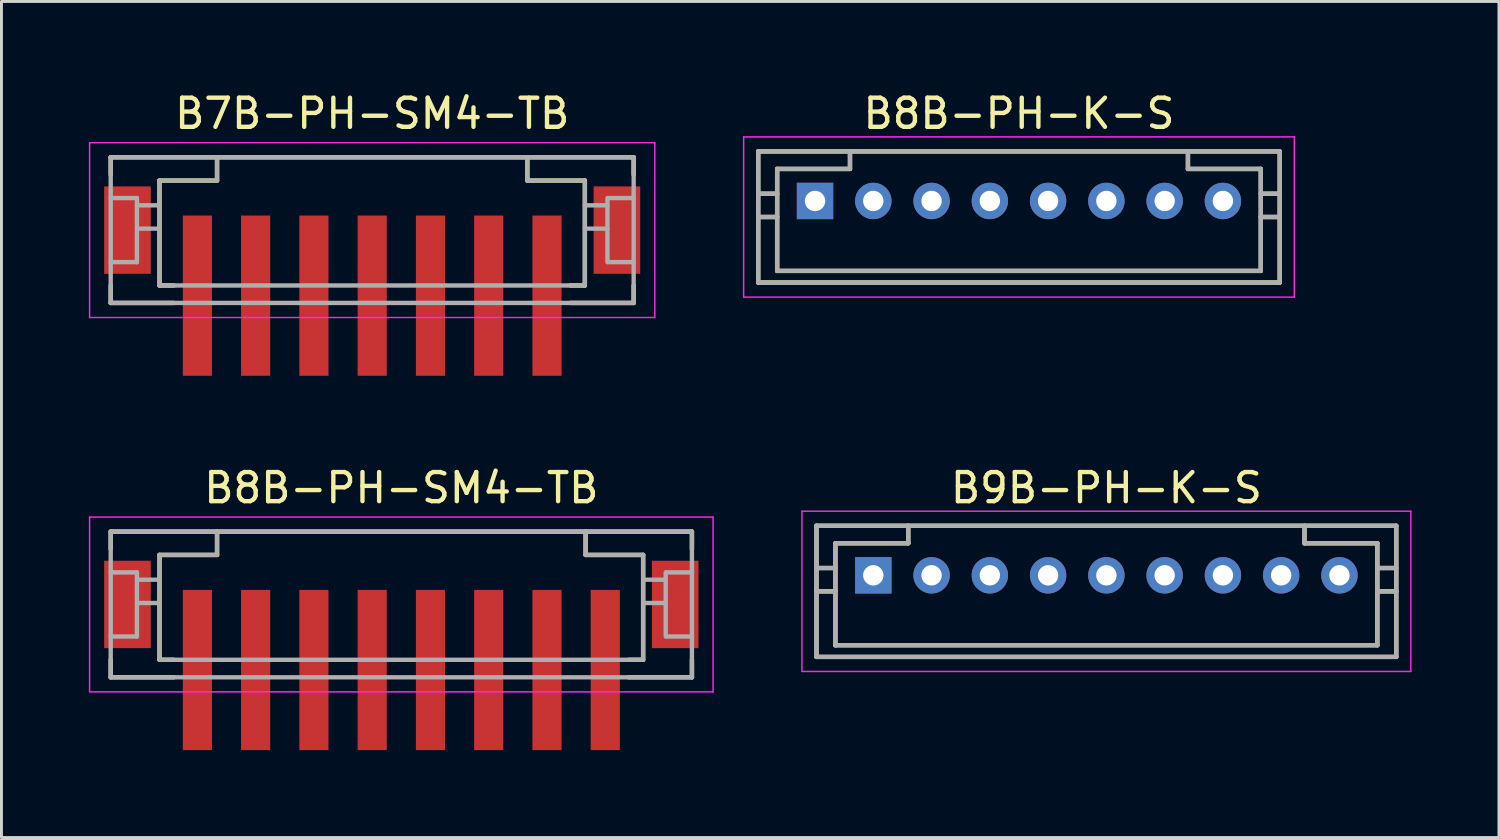
<source format=kicad_pcb>
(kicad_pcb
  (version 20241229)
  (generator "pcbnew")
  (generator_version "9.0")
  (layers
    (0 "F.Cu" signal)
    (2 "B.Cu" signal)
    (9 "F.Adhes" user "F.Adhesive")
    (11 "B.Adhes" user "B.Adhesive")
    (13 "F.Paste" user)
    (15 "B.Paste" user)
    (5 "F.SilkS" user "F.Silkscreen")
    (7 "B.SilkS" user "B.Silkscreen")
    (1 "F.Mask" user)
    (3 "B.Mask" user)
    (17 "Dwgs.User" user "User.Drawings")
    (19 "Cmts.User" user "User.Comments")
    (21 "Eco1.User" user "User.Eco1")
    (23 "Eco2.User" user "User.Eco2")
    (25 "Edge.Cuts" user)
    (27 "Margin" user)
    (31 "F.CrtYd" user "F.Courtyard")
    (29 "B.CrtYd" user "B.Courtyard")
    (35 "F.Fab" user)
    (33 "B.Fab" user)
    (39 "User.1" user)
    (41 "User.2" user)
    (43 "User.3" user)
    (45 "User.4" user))
  (footprint "B9B-PH-K-S"
    (layer "F.Cu")
    (at 34.925 16.697)
    (property "Reference" "B9B-PH-K-S" (at 0 -3 0) (layer "F.SilkS") (effects (font (size 1 1) (thickness 0.15))))
    (attr smd)
    (fp_line (start -9.95 -1.7) (end -9.95 2.8) (stroke (width 0.15) (type solid)) (layer "F.SilkS"))
    (fp_line (start -9.95 -1.7) (end 9.95 -1.7) (stroke (width 0.15) (type solid)) (layer "F.SilkS"))
    (fp_line (start -9.95 -0.25) (end -9.3 -0.25) (stroke (width 0.15) (type solid)) (layer "F.SilkS"))
    (fp_line (start -9.95 0.55) (end -9.3 0.55) (stroke (width 0.15) (type solid)) (layer "F.SilkS"))
    (fp_line (start -9.95 2.8) (end 9.95 2.8) (stroke (width 0.15) (type solid)) (layer "F.SilkS"))
    (fp_line (start -9.3 -1.1) (end -9.3 2.4) (stroke (width 0.15) (type solid)) (layer "F.SilkS"))
    (fp_line (start -9.3 -1.1) (end -6.8 -1.1) (stroke (width 0.15) (type solid)) (layer "F.SilkS"))
    (fp_line (start -9.3 2.4) (end 9.3 2.4) (stroke (width 0.15) (type solid)) (layer "F.SilkS"))
    (fp_line (start -6.8 -1.7) (end -6.8 -1.1) (stroke (width 0.15) (type solid)) (layer "F.SilkS"))
    (fp_line (start 6.8 -1.7) (end 6.8 -1.1) (stroke (width 0.15) (type solid)) (layer "F.SilkS"))
    (fp_line (start 6.8 -1.1) (end 9.3 -1.1) (stroke (width 0.15) (type solid)) (layer "F.SilkS"))
    (fp_line (start 9.3 -1.1) (end 9.3 2.4) (stroke (width 0.15) (type solid)) (layer "F.SilkS"))
    (fp_line (start 9.3 -0.25) (end 9.95 -0.25) (stroke (width 0.15) (type solid)) (layer "F.SilkS"))
    (fp_line (start 9.3 0.55) (end 9.95 0.55) (stroke (width 0.15) (type solid)) (layer "F.SilkS"))
    (fp_line (start 9.95 -1.7) (end 9.95 2.8) (stroke (width 0.15) (type solid)) (layer "F.SilkS"))
    (fp_line (start -10.45 -2.2) (end -10.45 3.3) (stroke (width 0.05) (type solid)) (layer "F.CrtYd"))
    (fp_line (start -10.45 -2.2) (end 10.45 -2.2) (stroke (width 0.05) (type solid)) (layer "F.CrtYd"))
    (fp_line (start -10.45 3.3) (end 10.45 3.3) (stroke (width 0.05) (type solid)) (layer "F.CrtYd"))
    (fp_line (start 10.45 -2.2) (end 10.45 3.3) (stroke (width 0.05) (type solid)) (layer "F.CrtYd"))
    (fp_line (start -9.95 -1.7) (end -9.95 2.8) (stroke (width 0.15) (type solid)) (layer "F.Fab"))
    (fp_line (start -9.95 -1.7) (end 9.95 -1.7) (stroke (width 0.15) (type solid)) (layer "F.Fab"))
    (fp_line (start -9.95 -0.25) (end -9.3 -0.25) (stroke (width 0.15) (type solid)) (layer "F.Fab"))
    (fp_line (start -9.95 0.55) (end -9.3 0.55) (stroke (width 0.15) (type solid)) (layer "F.Fab"))
    (fp_line (start -9.95 2.8) (end 9.95 2.8) (stroke (width 0.15) (type solid)) (layer "F.Fab"))
    (fp_line (start -9.3 -1.1) (end -9.3 2.4) (stroke (width 0.15) (type solid)) (layer "F.Fab"))
    (fp_line (start -9.3 -1.1) (end -6.8 -1.1) (stroke (width 0.15) (type solid)) (layer "F.Fab"))
    (fp_line (start -9.3 2.4) (end 9.3 2.4) (stroke (width 0.15) (type solid)) (layer "F.Fab"))
    (fp_line (start -6.8 -1.7) (end -6.8 -1.1) (stroke (width 0.15) (type solid)) (layer "F.Fab"))
    (fp_line (start 6.8 -1.7) (end 6.8 -1.1) (stroke (width 0.15) (type solid)) (layer "F.Fab"))
    (fp_line (start 6.8 -1.1) (end 9.3 -1.1) (stroke (width 0.15) (type solid)) (layer "F.Fab"))
    (fp_line (start 9.3 -1.1) (end 9.3 2.4) (stroke (width 0.15) (type solid)) (layer "F.Fab"))
    (fp_line (start 9.3 -0.25) (end 9.95 -0.25) (stroke (width 0.15) (type solid)) (layer "F.Fab"))
    (fp_line (start 9.3 0.55) (end 9.95 0.55) (stroke (width 0.15) (type solid)) (layer "F.Fab"))
    (fp_line (start 9.95 -1.7) (end 9.95 2.8) (stroke (width 0.15) (type solid)) (layer "F.Fab"))
    (pad "1" thru_hole rect (at -8 0) (size 1.25 1.25) (drill 0.7) (layers "*.Cu" "*.Mask"))
    (pad "2" thru_hole circle (at -6 0) (size 1.25 1.25) (drill 0.7) (layers "*.Cu" "*.Mask"))
    (pad "3" thru_hole circle (at -4 0) (size 1.25 1.25) (drill 0.7) (layers "*.Cu" "*.Mask"))
    (pad "4" thru_hole circle (at -2 0) (size 1.25 1.25) (drill 0.7) (layers "*.Cu" "*.Mask"))
    (pad "5" thru_hole circle (at 0 0) (size 1.25 1.25) (drill 0.7) (layers "*.Cu" "*.Mask"))
    (pad "6" thru_hole circle (at 2 0) (size 1.25 1.25) (drill 0.7) (layers "*.Cu" "*.Mask"))
    (pad "7" thru_hole circle (at 4 0) (size 1.25 1.25) (drill 0.7) (layers "*.Cu" "*.Mask"))
    (pad "8" thru_hole circle (at 6 0) (size 1.25 1.25) (drill 0.7) (layers "*.Cu" "*.Mask"))
    (pad "9" thru_hole circle (at 8 0) (size 1.25 1.25) (drill 0.7) (layers "*.Cu" "*.Mask")))
  (footprint "B7B-PH-SM4-TB"
    (layer "F.Cu")
    (at 9.725 4.348)
    (property "Reference" "B7B-PH-SM4-TB" (at 0 -3.5 0) (layer "F.SilkS") (effects (font (size 1 1) (thickness 0.15))))
    (attr smd)
    (fp_line (start -8.975 -2) (end -8.975 -1.4) (stroke (width 0.15) (type solid)) (layer "F.SilkS"))
    (fp_line (start -8.975 -2) (end 8.975 -2) (stroke (width 0.15) (type solid)) (layer "F.SilkS"))
    (fp_line (start -8.975 2.4) (end -8.975 3) (stroke (width 0.15) (type solid)) (layer "F.SilkS"))
    (fp_line (start -8.975 3) (end -6.8 3) (stroke (width 0.15) (type solid)) (layer "F.SilkS"))
    (fp_line (start -7.3 -1.2) (end -7.3 2.4) (stroke (width 0.15) (type solid)) (layer "F.SilkS"))
    (fp_line (start -7.3 -1.2) (end -5.325 -1.2) (stroke (width 0.15) (type solid)) (layer "F.SilkS"))
    (fp_line (start -7.3 2.4) (end -6.8 2.4) (stroke (width 0.15) (type solid)) (layer "F.SilkS"))
    (fp_line (start -5.325 -2) (end -5.325 -1.2) (stroke (width 0.15) (type solid)) (layer "F.SilkS"))
    (fp_line (start 5.325 -2) (end 5.325 -1.2) (stroke (width 0.15) (type solid)) (layer "F.SilkS"))
    (fp_line (start 5.325 -1.2) (end 7.3 -1.2) (stroke (width 0.15) (type solid)) (layer "F.SilkS"))
    (fp_line (start 6.8 2.4) (end 7.3 2.4) (stroke (width 0.15) (type solid)) (layer "F.SilkS"))
    (fp_line (start 6.8 3) (end 8.975 3) (stroke (width 0.15) (type solid)) (layer "F.SilkS"))
    (fp_line (start 7.3 -1.2) (end 7.3 2.4) (stroke (width 0.15) (type solid)) (layer "F.SilkS"))
    (fp_line (start 8.975 -2) (end 8.975 -1.4) (stroke (width 0.15) (type solid)) (layer "F.SilkS"))
    (fp_line (start 8.975 2.4) (end 8.975 3) (stroke (width 0.15) (type solid)) (layer "F.SilkS"))
    (fp_line (start -9.7 -2.5) (end -9.7 3.5) (stroke (width 0.05) (type solid)) (layer "F.CrtYd"))
    (fp_line (start -9.7 -2.5) (end 9.7 -2.5) (stroke (width 0.05) (type solid)) (layer "F.CrtYd"))
    (fp_line (start -9.7 3.5) (end 9.7 3.5) (stroke (width 0.05) (type solid)) (layer "F.CrtYd"))
    (fp_line (start 9.7 -2.5) (end 9.7 3.5) (stroke (width 0.05) (type solid)) (layer "F.CrtYd"))
    (fp_line (start -8.975 -2) (end -8.975 3) (stroke (width 0.15) (type solid)) (layer "F.Fab"))
    (fp_line (start -8.975 -2) (end 8.975 -2) (stroke (width 0.15) (type solid)) (layer "F.Fab"))
    (fp_line (start -8.975 -0.6) (end -8.075 -0.6) (stroke (width 0.15) (type solid)) (layer "F.Fab"))
    (fp_line (start -8.975 1.6) (end -8.075 1.6) (stroke (width 0.15) (type solid)) (layer "F.Fab"))
    (fp_line (start -8.975 3) (end 8.975 3) (stroke (width 0.15) (type solid)) (layer "F.Fab"))
    (fp_line (start -8.075 -0.6) (end -8.075 1.6) (stroke (width 0.15) (type solid)) (layer "F.Fab"))
    (fp_line (start -8.075 -0.35) (end -7.3 -0.35) (stroke (width 0.15) (type solid)) (layer "F.Fab"))
    (fp_line (start -8.075 0.45) (end -7.3 0.45) (stroke (width 0.15) (type solid)) (layer "F.Fab"))
    (fp_line (start -7.3 -1.2) (end -7.3 2.4) (stroke (width 0.15) (type solid)) (layer "F.Fab"))
    (fp_line (start -7.3 -1.2) (end -5.325 -1.2) (stroke (width 0.15) (type solid)) (layer "F.Fab"))
    (fp_line (start -7.3 2.4) (end 7.3 2.4) (stroke (width 0.15) (type solid)) (layer "F.Fab"))
    (fp_line (start -5.325 -2) (end -5.325 -1.2) (stroke (width 0.15) (type solid)) (layer "F.Fab"))
    (fp_line (start 5.325 -2) (end 5.325 -1.2) (stroke (width 0.15) (type solid)) (layer "F.Fab"))
    (fp_line (start 5.325 -1.2) (end 7.3 -1.2) (stroke (width 0.15) (type solid)) (layer "F.Fab"))
    (fp_line (start 7.3 -1.2) (end 7.3 2.4) (stroke (width 0.15) (type solid)) (layer "F.Fab"))
    (fp_line (start 7.3 -0.35) (end 8.075 -0.35) (stroke (width 0.15) (type solid)) (layer "F.Fab"))
    (fp_line (start 7.3 0.45) (end 8.075 0.45) (stroke (width 0.15) (type solid)) (layer "F.Fab"))
    (fp_line (start 8.075 -0.6) (end 8.075 1.6) (stroke (width 0.15) (type solid)) (layer "F.Fab"))
    (fp_line (start 8.1 -0.6) (end 8.975 -0.6) (stroke (width 0.15) (type solid)) (layer "F.Fab"))
    (fp_line (start 8.1 1.6) (end 8.975 1.6) (stroke (width 0.15) (type solid)) (layer "F.Fab"))
    (fp_line (start 8.975 -2) (end 8.975 3) (stroke (width 0.15) (type solid)) (layer "F.Fab"))
    (pad "1" smd rect (at -6 2.75) (size 1 5.5) (layers "F.Cu" "F.Mask" "F.Paste"))
    (pad "2" smd rect (at -4 2.75) (size 1 5.5) (layers "F.Cu" "F.Mask" "F.Paste"))
    (pad "3" smd rect (at -2 2.75) (size 1 5.5) (layers "F.Cu" "F.Mask" "F.Paste"))
    (pad "4" smd rect (at 0 2.75) (size 1 5.5) (layers "F.Cu" "F.Mask" "F.Paste"))
    (pad "5" smd rect (at 2 2.75) (size 1 5.5) (layers "F.Cu" "F.Mask" "F.Paste"))
    (pad "6" smd rect (at 4 2.75) (size 1 5.5) (layers "F.Cu" "F.Mask" "F.Paste"))
    (pad "7" smd rect (at 6 2.75) (size 1 5.5) (layers "F.Cu" "F.Mask" "F.Paste"))
    (pad "S" smd rect (at -8.4 0.5) (size 1.6 3) (layers "F.Cu" "F.Mask" "F.Paste"))
    (pad "S" smd rect (at 8.4 0.5) (size 1.6 3) (layers "F.Cu" "F.Mask" "F.Paste")))
  (footprint "B8B-PH-K-S"
    (layer "F.Cu")
    (at 31.925 3.848)
    (property "Reference" "B8B-PH-K-S" (at 0 -3 0) (layer "F.SilkS") (effects (font (size 1 1) (thickness 0.15))))
    (attr smd)
    (fp_line (start -8.95 -1.7) (end -8.95 2.8) (stroke (width 0.15) (type solid)) (layer "F.SilkS"))
    (fp_line (start -8.95 -1.7) (end 8.95 -1.7) (stroke (width 0.15) (type solid)) (layer "F.SilkS"))
    (fp_line (start -8.95 -0.25) (end -8.3 -0.25) (stroke (width 0.15) (type solid)) (layer "F.SilkS"))
    (fp_line (start -8.95 0.55) (end -8.3 0.55) (stroke (width 0.15) (type solid)) (layer "F.SilkS"))
    (fp_line (start -8.95 2.8) (end 8.95 2.8) (stroke (width 0.15) (type solid)) (layer "F.SilkS"))
    (fp_line (start -8.3 -1.1) (end -8.3 2.4) (stroke (width 0.15) (type solid)) (layer "F.SilkS"))
    (fp_line (start -8.3 -1.1) (end -5.8 -1.1) (stroke (width 0.15) (type solid)) (layer "F.SilkS"))
    (fp_line (start -8.3 2.4) (end 8.3 2.4) (stroke (width 0.15) (type solid)) (layer "F.SilkS"))
    (fp_line (start -5.8 -1.7) (end -5.8 -1.1) (stroke (width 0.15) (type solid)) (layer "F.SilkS"))
    (fp_line (start 5.8 -1.7) (end 5.8 -1.1) (stroke (width 0.15) (type solid)) (layer "F.SilkS"))
    (fp_line (start 5.8 -1.1) (end 8.3 -1.1) (stroke (width 0.15) (type solid)) (layer "F.SilkS"))
    (fp_line (start 8.3 -1.1) (end 8.3 2.4) (stroke (width 0.15) (type solid)) (layer "F.SilkS"))
    (fp_line (start 8.3 -0.25) (end 8.95 -0.25) (stroke (width 0.15) (type solid)) (layer "F.SilkS"))
    (fp_line (start 8.3 0.55) (end 8.95 0.55) (stroke (width 0.15) (type solid)) (layer "F.SilkS"))
    (fp_line (start 8.95 -1.7) (end 8.95 2.8) (stroke (width 0.15) (type solid)) (layer "F.SilkS"))
    (fp_line (start -9.45 -2.2) (end -9.45 3.3) (stroke (width 0.05) (type solid)) (layer "F.CrtYd"))
    (fp_line (start -9.45 -2.2) (end 9.45 -2.2) (stroke (width 0.05) (type solid)) (layer "F.CrtYd"))
    (fp_line (start -9.45 3.3) (end 9.45 3.3) (stroke (width 0.05) (type solid)) (layer "F.CrtYd"))
    (fp_line (start 9.45 -2.2) (end 9.45 3.3) (stroke (width 0.05) (type solid)) (layer "F.CrtYd"))
    (fp_line (start -8.95 -1.7) (end -8.95 2.8) (stroke (width 0.15) (type solid)) (layer "F.Fab"))
    (fp_line (start -8.95 -1.7) (end 8.95 -1.7) (stroke (width 0.15) (type solid)) (layer "F.Fab"))
    (fp_line (start -8.95 -0.25) (end -8.3 -0.25) (stroke (width 0.15) (type solid)) (layer "F.Fab"))
    (fp_line (start -8.95 0.55) (end -8.3 0.55) (stroke (width 0.15) (type solid)) (layer "F.Fab"))
    (fp_line (start -8.95 2.8) (end 8.95 2.8) (stroke (width 0.15) (type solid)) (layer "F.Fab"))
    (fp_line (start -8.3 -1.1) (end -8.3 2.4) (stroke (width 0.15) (type solid)) (layer "F.Fab"))
    (fp_line (start -8.3 -1.1) (end -5.8 -1.1) (stroke (width 0.15) (type solid)) (layer "F.Fab"))
    (fp_line (start -8.3 2.4) (end 8.3 2.4) (stroke (width 0.15) (type solid)) (layer "F.Fab"))
    (fp_line (start -5.8 -1.7) (end -5.8 -1.1) (stroke (width 0.15) (type solid)) (layer "F.Fab"))
    (fp_line (start 5.8 -1.7) (end 5.8 -1.1) (stroke (width 0.15) (type solid)) (layer "F.Fab"))
    (fp_line (start 5.8 -1.1) (end 8.3 -1.1) (stroke (width 0.15) (type solid)) (layer "F.Fab"))
    (fp_line (start 8.3 -1.1) (end 8.3 2.4) (stroke (width 0.15) (type solid)) (layer "F.Fab"))
    (fp_line (start 8.3 -0.25) (end 8.95 -0.25) (stroke (width 0.15) (type solid)) (layer "F.Fab"))
    (fp_line (start 8.3 0.55) (end 8.95 0.55) (stroke (width 0.15) (type solid)) (layer "F.Fab"))
    (fp_line (start 8.95 -1.7) (end 8.95 2.8) (stroke (width 0.15) (type solid)) (layer "F.Fab"))
    (pad "1" thru_hole rect (at -7 0) (size 1.25 1.25) (drill 0.7) (layers "*.Cu" "*.Mask"))
    (pad "2" thru_hole circle (at -5 0) (size 1.25 1.25) (drill 0.7) (layers "*.Cu" "*.Mask"))
    (pad "3" thru_hole circle (at -3 0) (size 1.25 1.25) (drill 0.7) (layers "*.Cu" "*.Mask"))
    (pad "4" thru_hole circle (at -1 0) (size 1.25 1.25) (drill 0.7) (layers "*.Cu" "*.Mask"))
    (pad "5" thru_hole circle (at 1 0) (size 1.25 1.25) (drill 0.7) (layers "*.Cu" "*.Mask"))
    (pad "6" thru_hole circle (at 3 0) (size 1.25 1.25) (drill 0.7) (layers "*.Cu" "*.Mask"))
    (pad "7" thru_hole circle (at 5 0) (size 1.25 1.25) (drill 0.7) (layers "*.Cu" "*.Mask"))
    (pad "8" thru_hole circle (at 7 0) (size 1.25 1.25) (drill 0.7) (layers "*.Cu" "*.Mask")))
  (footprint "B8B-PH-SM4-TB"
    (layer "F.Cu")
    (at 10.725 17.197)
    (property "Reference" "B8B-PH-SM4-TB" (at 0 -3.5 0) (layer "F.SilkS") (effects (font (size 1 1) (thickness 0.15))))
    (attr smd)
    (fp_line (start -9.975 -2) (end -9.975 -1.4) (stroke (width 0.15) (type solid)) (layer "F.SilkS"))
    (fp_line (start -9.975 -2) (end 9.975 -2) (stroke (width 0.15) (type solid)) (layer "F.SilkS"))
    (fp_line (start -9.975 2.4) (end -9.975 3) (stroke (width 0.15) (type solid)) (layer "F.SilkS"))
    (fp_line (start -9.975 3) (end -7.8 3) (stroke (width 0.15) (type solid)) (layer "F.SilkS"))
    (fp_line (start -8.3 -1.2) (end -8.3 2.4) (stroke (width 0.15) (type solid)) (layer "F.SilkS"))
    (fp_line (start -8.3 -1.2) (end -6.325 -1.2) (stroke (width 0.15) (type solid)) (layer "F.SilkS"))
    (fp_line (start -8.3 2.4) (end -7.8 2.4) (stroke (width 0.15) (type solid)) (layer "F.SilkS"))
    (fp_line (start -6.325 -2) (end -6.325 -1.2) (stroke (width 0.15) (type solid)) (layer "F.SilkS"))
    (fp_line (start 6.325 -2) (end 6.325 -1.2) (stroke (width 0.15) (type solid)) (layer "F.SilkS"))
    (fp_line (start 6.325 -1.2) (end 8.3 -1.2) (stroke (width 0.15) (type solid)) (layer "F.SilkS"))
    (fp_line (start 7.8 2.4) (end 8.3 2.4) (stroke (width 0.15) (type solid)) (layer "F.SilkS"))
    (fp_line (start 7.8 3) (end 9.975 3) (stroke (width 0.15) (type solid)) (layer "F.SilkS"))
    (fp_line (start 8.3 -1.2) (end 8.3 2.4) (stroke (width 0.15) (type solid)) (layer "F.SilkS"))
    (fp_line (start 9.975 -2) (end 9.975 -1.4) (stroke (width 0.15) (type solid)) (layer "F.SilkS"))
    (fp_line (start 9.975 2.4) (end 9.975 3) (stroke (width 0.15) (type solid)) (layer "F.SilkS"))
    (fp_line (start -10.7 -2.5) (end -10.7 3.5) (stroke (width 0.05) (type solid)) (layer "F.CrtYd"))
    (fp_line (start -10.7 -2.5) (end 10.7 -2.5) (stroke (width 0.05) (type solid)) (layer "F.CrtYd"))
    (fp_line (start -10.7 3.5) (end 10.7 3.5) (stroke (width 0.05) (type solid)) (layer "F.CrtYd"))
    (fp_line (start 10.7 -2.5) (end 10.7 3.5) (stroke (width 0.05) (type solid)) (layer "F.CrtYd"))
    (fp_line (start -9.975 -2) (end -9.975 3) (stroke (width 0.15) (type solid)) (layer "F.Fab"))
    (fp_line (start -9.975 -2) (end 9.975 -2) (stroke (width 0.15) (type solid)) (layer "F.Fab"))
    (fp_line (start -9.975 -0.6) (end -9.075 -0.6) (stroke (width 0.15) (type solid)) (layer "F.Fab"))
    (fp_line (start -9.975 1.6) (end -9.075 1.6) (stroke (width 0.15) (type solid)) (layer "F.Fab"))
    (fp_line (start -9.975 3) (end 9.975 3) (stroke (width 0.15) (type solid)) (layer "F.Fab"))
    (fp_line (start -9.075 -0.6) (end -9.075 1.6) (stroke (width 0.15) (type solid)) (layer "F.Fab"))
    (fp_line (start -9.075 -0.35) (end -8.3 -0.35) (stroke (width 0.15) (type solid)) (layer "F.Fab"))
    (fp_line (start -9.075 0.45) (end -8.3 0.45) (stroke (width 0.15) (type solid)) (layer "F.Fab"))
    (fp_line (start -8.3 -1.2) (end -8.3 2.4) (stroke (width 0.15) (type solid)) (layer "F.Fab"))
    (fp_line (start -8.3 -1.2) (end -6.325 -1.2) (stroke (width 0.15) (type solid)) (layer "F.Fab"))
    (fp_line (start -8.3 2.4) (end 8.3 2.4) (stroke (width 0.15) (type solid)) (layer "F.Fab"))
    (fp_line (start -6.325 -2) (end -6.325 -1.2) (stroke (width 0.15) (type solid)) (layer "F.Fab"))
    (fp_line (start 6.325 -2) (end 6.325 -1.2) (stroke (width 0.15) (type solid)) (layer "F.Fab"))
    (fp_line (start 6.325 -1.2) (end 8.3 -1.2) (stroke (width 0.15) (type solid)) (layer "F.Fab"))
    (fp_line (start 8.3 -1.2) (end 8.3 2.4) (stroke (width 0.15) (type solid)) (layer "F.Fab"))
    (fp_line (start 8.3 -0.35) (end 9.075 -0.35) (stroke (width 0.15) (type solid)) (layer "F.Fab"))
    (fp_line (start 8.3 0.45) (end 9.075 0.45) (stroke (width 0.15) (type solid)) (layer "F.Fab"))
    (fp_line (start 9.075 -0.6) (end 9.075 1.6) (stroke (width 0.15) (type solid)) (layer "F.Fab"))
    (fp_line (start 9.1 -0.6) (end 9.975 -0.6) (stroke (width 0.15) (type solid)) (layer "F.Fab"))
    (fp_line (start 9.1 1.6) (end 9.975 1.6) (stroke (width 0.15) (type solid)) (layer "F.Fab"))
    (fp_line (start 9.975 -2) (end 9.975 3) (stroke (width 0.15) (type solid)) (layer "F.Fab"))
    (pad "1" smd rect (at -7 2.75) (size 1 5.5) (layers "F.Cu" "F.Mask" "F.Paste"))
    (pad "2" smd rect (at -5 2.75) (size 1 5.5) (layers "F.Cu" "F.Mask" "F.Paste"))
    (pad "3" smd rect (at -3 2.75) (size 1 5.5) (layers "F.Cu" "F.Mask" "F.Paste"))
    (pad "4" smd rect (at -1 2.75) (size 1 5.5) (layers "F.Cu" "F.Mask" "F.Paste"))
    (pad "5" smd rect (at 1 2.75) (size 1 5.5) (layers "F.Cu" "F.Mask" "F.Paste"))
    (pad "6" smd rect (at 3 2.75) (size 1 5.5) (layers "F.Cu" "F.Mask" "F.Paste"))
    (pad "7" smd rect (at 5 2.75) (size 1 5.5) (layers "F.Cu" "F.Mask" "F.Paste"))
    (pad "8" smd rect (at 7 2.75) (size 1 5.5) (layers "F.Cu" "F.Mask" "F.Paste"))
    (pad "S" smd rect (at -9.4 0.5) (size 1.6 3) (layers "F.Cu" "F.Mask" "F.Paste"))
    (pad "S" smd rect (at 9.4 0.5) (size 1.6 3) (layers "F.Cu" "F.Mask" "F.Paste")))
  (gr_rect
    (start -3 -3)
    (end 48.4 25.697)
    (stroke (width 0.1) (type default))
    (fill no)
    (layer "Edge.Cuts")))
</source>
